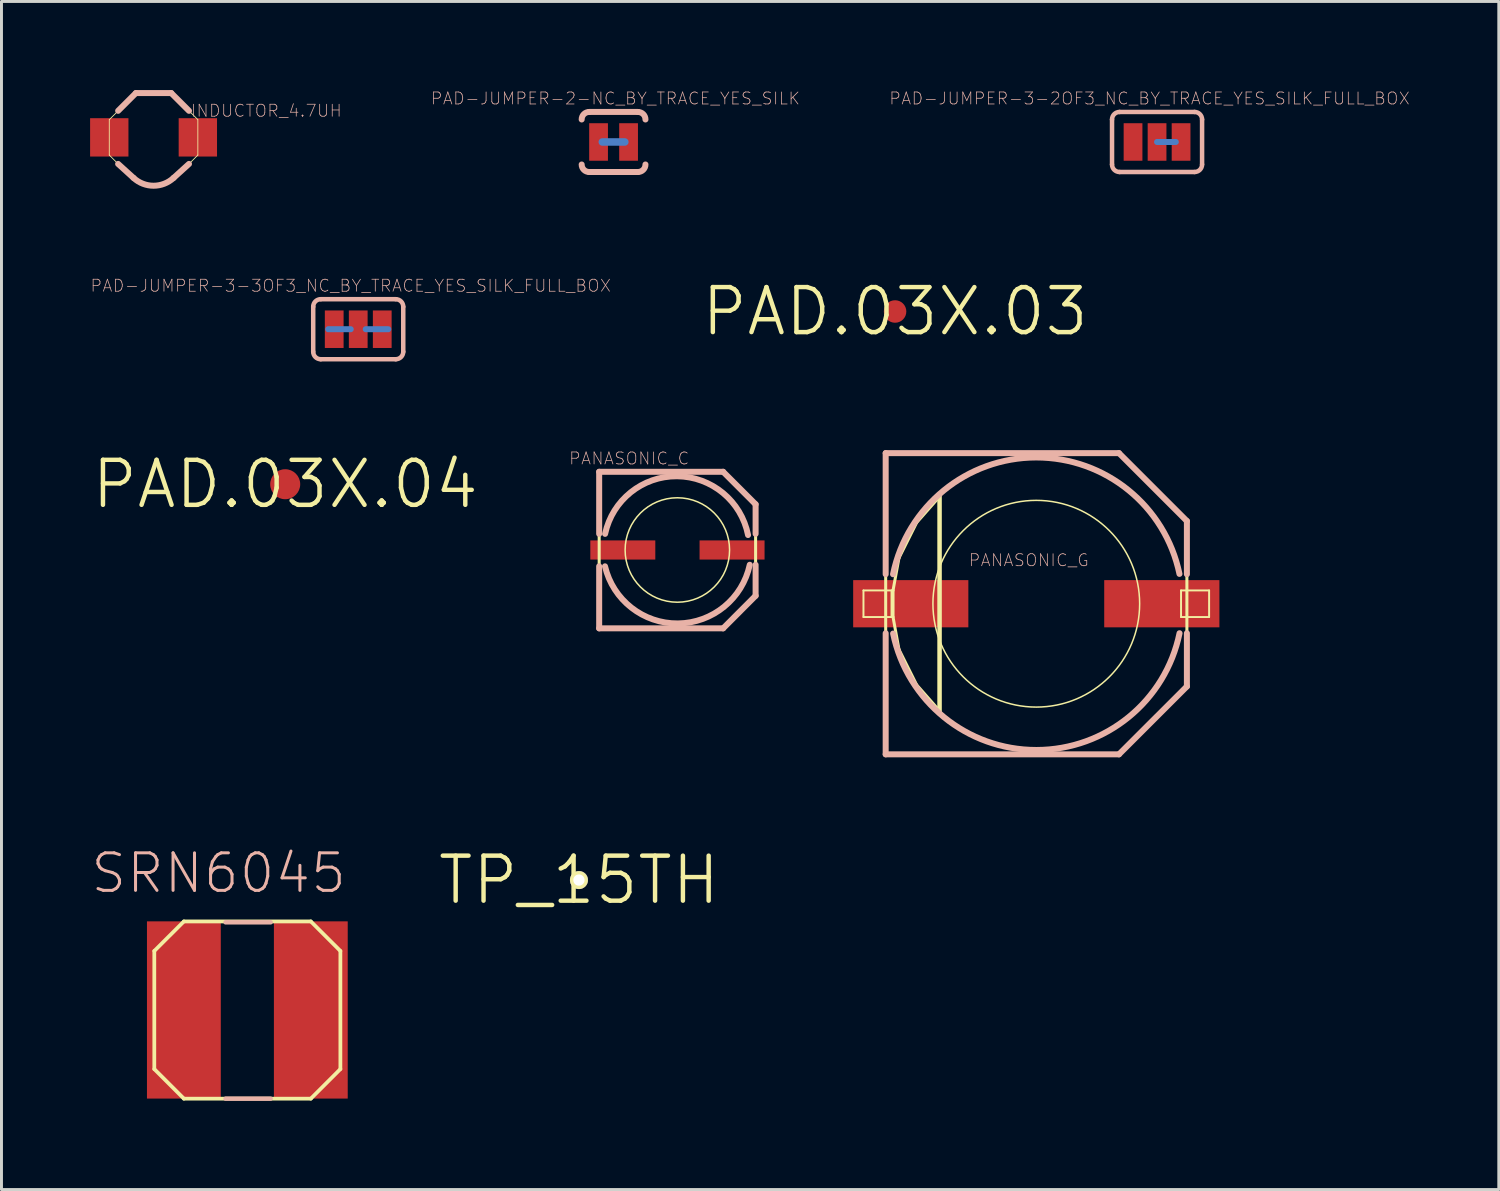
<source format=kicad_pcb>
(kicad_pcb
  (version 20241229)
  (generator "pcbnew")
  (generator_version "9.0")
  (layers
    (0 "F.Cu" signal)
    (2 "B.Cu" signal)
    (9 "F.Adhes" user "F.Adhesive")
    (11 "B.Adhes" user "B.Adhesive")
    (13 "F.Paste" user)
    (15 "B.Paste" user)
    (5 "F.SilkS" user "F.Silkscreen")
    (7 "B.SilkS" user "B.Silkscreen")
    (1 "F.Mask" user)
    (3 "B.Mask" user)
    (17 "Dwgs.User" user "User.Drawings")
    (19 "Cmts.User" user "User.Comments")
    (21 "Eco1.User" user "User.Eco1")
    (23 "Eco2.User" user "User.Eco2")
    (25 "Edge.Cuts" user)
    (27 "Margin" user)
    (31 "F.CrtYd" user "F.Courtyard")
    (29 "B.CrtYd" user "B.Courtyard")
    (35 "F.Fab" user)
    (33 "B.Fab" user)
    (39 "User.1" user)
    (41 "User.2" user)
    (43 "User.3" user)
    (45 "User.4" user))
  (footprint "TP_15TH"
    (layer "F.Cu")
    (at 16.547 26.74)
    (property "Reference" "TP_15TH" (at 0 0 0) (layer "F.SilkS") (effects (font (size 1.524 1.524) (thickness 0.15))))
    (attr exclude_from_pos_files exclude_from_bom)
    (fp_circle (center 0 0) (end -0.191 0.191) (stroke (width 0) (type solid)) (fill yes) (layer "F.SilkS"))
    (pad "P$1" thru_hole circle (at 0 0) (size 0.61 0.61) (drill 0.381) (layers "*.Cu" "F.Mask" "F.SilkS" "F.Paste")))
  (footprint "INDUCTOR_4.7UH"
    (layer "F.Cu")
    (at 2.148 1.6)
    (property "Reference" "INDUCTOR_4.7UH" (at 3.815 -0.902 0) (layer "B.SilkS") (effects (font (size 0.406 0.406) (thickness 0.025))))
    (attr smd)
    (fp_line (start -1.499 -0.599) (end -1.499 0.599) (stroke (width 0.028) (type solid)) (layer "F.SilkS"))
    (fp_line (start -1.499 0.599) (end -0.706 1.392) (stroke (width 0.028) (type solid)) (layer "F.SilkS"))
    (fp_line (start -0.599 -1.499) (end -1.499 -0.599) (stroke (width 0.028) (type solid)) (layer "F.SilkS"))
    (fp_line (start 0.599 -1.499) (end -0.599 -1.499) (stroke (width 0.028) (type solid)) (layer "F.SilkS"))
    (fp_line (start 0.706 1.392) (end 1.499 0.599) (stroke (width 0.028) (type solid)) (layer "F.SilkS"))
    (fp_line (start 1.499 -0.599) (end 0.599 -1.499) (stroke (width 0.028) (type solid)) (layer "F.SilkS"))
    (fp_line (start 1.499 0.599) (end 1.499 -0.599) (stroke (width 0.028) (type solid)) (layer "F.SilkS"))
    (fp_arc (start 0.70612 1.39192) (mid 0 1.684404) (end -0.70612 1.39192) (stroke (width 0.02794) (type solid)) (layer "F.SilkS"))
    (fp_line (start -1.199 -0.899) (end -0.599 -1.499) (stroke (width 0.203) (type solid)) (layer "B.SilkS"))
    (fp_line (start -1.199 0.899) (end -0.678 1.372) (stroke (width 0.203) (type solid)) (layer "B.SilkS"))
    (fp_line (start -0.599 -1.499) (end 0.599 -1.499) (stroke (width 0.203) (type solid)) (layer "B.SilkS"))
    (fp_line (start 0.599 -1.499) (end 1.199 -0.899) (stroke (width 0.203) (type solid)) (layer "B.SilkS"))
    (fp_line (start 0.678 1.372) (end 1.199 0.899) (stroke (width 0.203) (type solid)) (layer "B.SilkS"))
    (fp_arc (start 0.67818 1.3716) (mid 0.000594 1.636926) (end -0.677306 1.372406) (stroke (width 0.2032) (type solid)) (layer "B.SilkS"))
    (pad "P$1" smd rect (at -1.499 0 90) (size 1.298 1.298) (layers "F.Cu" "F.Mask" "F.Paste"))
    (pad "P$2" smd rect (at 1.499 0 90) (size 1.298 1.298) (layers "F.Cu" "F.Mask" "F.Paste")))
  (footprint "SRN6045"
    (layer "F.Cu")
    (at 5.348 30.964)
    (property "Reference" "SRN6045" (at -0.998 -4.458 0) (layer "B.SilkS") (effects (font (size 1.27 1.27) (thickness 0.102))))
    (attr smd)
    (fp_line (start -3.175 -1.824) (end -2.174 -2.824) (stroke (width 0.127) (type solid)) (layer "F.SilkS"))
    (fp_line (start -3.175 2.174) (end -3.175 -1.824) (stroke (width 0.127) (type solid)) (layer "F.SilkS"))
    (fp_line (start -2.174 -2.824) (end 2.123 -2.824) (stroke (width 0.127) (type solid)) (layer "F.SilkS"))
    (fp_line (start -2.174 3.175) (end -3.175 2.174) (stroke (width 0.127) (type solid)) (layer "F.SilkS"))
    (fp_line (start 2.123 -2.824) (end 3.124 -1.824) (stroke (width 0.127) (type solid)) (layer "F.SilkS"))
    (fp_line (start 2.123 3.175) (end -2.174 3.175) (stroke (width 0.127) (type solid)) (layer "F.SilkS"))
    (fp_line (start 3.124 -1.824) (end 3.124 2.174) (stroke (width 0.127) (type solid)) (layer "F.SilkS"))
    (fp_line (start 3.124 2.174) (end 2.123 3.175) (stroke (width 0.127) (type solid)) (layer "F.SilkS"))
    (fp_line (start -0.762 -2.794) (end 0.762 -2.794) (stroke (width 0.152) (type solid)) (layer "B.SilkS"))
    (fp_line (start -0.762 3.175) (end 0.762 3.175) (stroke (width 0.152) (type solid)) (layer "B.SilkS"))
    (pad "1" smd rect (at -2.174 0.173 90) (size 5.999 2.499) (layers "F.Cu" "F.Mask" "F.Paste"))
    (pad "2" smd rect (at 2.123 0.173 90) (size 5.999 2.499) (layers "F.Cu" "F.Mask" "F.Paste")))
  (footprint "PAD.03X.03"
    (layer "F.Cu")
    (at 27.248 7.494)
    (property "Reference" "PAD.03X.03" (at 0 0 0) (layer "F.SilkS") (effects (font (size 1.524 1.524) (thickness 0.15))))
    (attr smd)
    (pad "P$1" smd circle (at 0 0) (size 0.762 0.762) (layers "F.Cu" "F.Mask" "F.Paste")))
  (footprint "PANASONIC_G"
    (layer "F.Cu")
    (at 32.028 17.386)
    (property "Reference" "PANASONIC_G" (at -0.254 -1.473 0) (layer "B.SilkS") (effects (font (size 0.406 0.406) (thickness 0.025))))
    (attr smd)
    (fp_line (start -5.85 -0.45) (end -4.9 -0.45) (stroke (width 0.066) (type solid)) (layer "F.SilkS"))
    (fp_line (start -5.85 0.45) (end -5.85 -0.45) (stroke (width 0.066) (type solid)) (layer "F.SilkS"))
    (fp_line (start -5.85 0.45) (end -4.9 0.45) (stroke (width 0.066) (type solid)) (layer "F.SilkS"))
    (fp_line (start -5.098 -5.098) (end 2.799 -5.098) (stroke (width 0.102) (type solid)) (layer "F.SilkS"))
    (fp_line (start -5.098 5.098) (end -5.098 -5.098) (stroke (width 0.102) (type solid)) (layer "F.SilkS"))
    (fp_line (start -4.9 0.45) (end -4.9 -0.45) (stroke (width 0.066) (type solid)) (layer "F.SilkS"))
    (fp_line (start -4.849 -0.45) (end -4.849 0.45) (stroke (width 0.102) (type solid)) (layer "F.SilkS"))
    (fp_line (start -4.849 0.45) (end -4.648 1.549) (stroke (width 0.102) (type solid)) (layer "F.SilkS"))
    (fp_line (start -4.648 -1.549) (end -4.849 -0.45) (stroke (width 0.102) (type solid)) (layer "F.SilkS"))
    (fp_line (start -4.648 1.549) (end -4.049 2.748) (stroke (width 0.102) (type solid)) (layer "F.SilkS"))
    (fp_line (start -4.049 -2.748) (end -4.648 -1.549) (stroke (width 0.102) (type solid)) (layer "F.SilkS"))
    (fp_line (start -4.049 2.748) (end -3.299 3.599) (stroke (width 0.102) (type solid)) (layer "F.SilkS"))
    (fp_line (start -3.299 -3.599) (end -4.049 -2.748) (stroke (width 0.102) (type solid)) (layer "F.SilkS"))
    (fp_line (start -3.299 -3.548) (end -3.299 -3.599) (stroke (width 0.102) (type solid)) (layer "F.SilkS"))
    (fp_line (start -3.299 3.599) (end -3.299 -3.548) (stroke (width 0.102) (type solid)) (layer "F.SilkS"))
    (fp_line (start -3.249 -3.698) (end -3.249 3.65) (stroke (width 0.102) (type solid)) (layer "F.SilkS"))
    (fp_line (start 2.799 -5.098) (end 5.098 -2.799) (stroke (width 0.102) (type solid)) (layer "F.SilkS"))
    (fp_line (start 2.799 5.098) (end -5.098 5.098) (stroke (width 0.102) (type solid)) (layer "F.SilkS"))
    (fp_line (start 4.9 -0.45) (end 5.85 -0.45) (stroke (width 0.066) (type solid)) (layer "F.SilkS"))
    (fp_line (start 4.9 0.45) (end 4.9 -0.45) (stroke (width 0.066) (type solid)) (layer "F.SilkS"))
    (fp_line (start 4.9 0.45) (end 5.85 0.45) (stroke (width 0.066) (type solid)) (layer "F.SilkS"))
    (fp_line (start 5.098 -2.799) (end 5.098 2.799) (stroke (width 0.102) (type solid)) (layer "F.SilkS"))
    (fp_line (start 5.098 2.799) (end 2.799 5.098) (stroke (width 0.102) (type solid)) (layer "F.SilkS"))
    (fp_line (start 5.85 0.45) (end 5.85 -0.45) (stroke (width 0.066) (type solid)) (layer "F.SilkS"))
    (fp_circle (center 0 0) (end -2.474 2.474) (stroke (width 0.051) (type solid)) (fill no) (layer "F.SilkS"))
    (fp_line (start -5.098 -5.098) (end 2.799 -5.098) (stroke (width 0.203) (type solid)) (layer "B.SilkS"))
    (fp_line (start -5.098 -0.998) (end -5.098 -5.098) (stroke (width 0.203) (type solid)) (layer "B.SilkS"))
    (fp_line (start -5.098 5.098) (end -5.098 0.998) (stroke (width 0.203) (type solid)) (layer "B.SilkS"))
    (fp_line (start 2.799 -5.098) (end 5.098 -2.799) (stroke (width 0.203) (type solid)) (layer "B.SilkS"))
    (fp_line (start 2.799 5.098) (end -5.098 5.098) (stroke (width 0.203) (type solid)) (layer "B.SilkS"))
    (fp_line (start 5.098 -2.799) (end 5.098 -0.998) (stroke (width 0.203) (type solid)) (layer "B.SilkS"))
    (fp_line (start 5.098 0.998) (end 5.098 2.799) (stroke (width 0.203) (type solid)) (layer "B.SilkS"))
    (fp_line (start 5.098 2.799) (end 2.799 5.098) (stroke (width 0.203) (type solid)) (layer "B.SilkS"))
    (fp_arc (start -4.84886 -0.99822) (mid -0.005807 -4.950541) (end 4.846505 -1.009593) (stroke (width 0.2032) (type solid)) (layer "B.SilkS"))
    (fp_arc (start 4.84886 0.99822) (mid 0.005807 4.950541) (end -4.846505 1.009593) (stroke (width 0.2032) (type solid)) (layer "B.SilkS"))
    (pad "+" smd rect (at 4.249 0) (size 3.899 1.598) (layers "F.Cu" "F.Mask" "F.Paste"))
    (pad "-" smd rect (at -4.249 0) (size 3.899 1.598) (layers "F.Cu" "F.Mask" "F.Paste")))
  (footprint "PAD.03X.04"
    (layer "F.Cu")
    (at 6.604 13.341)
    (property "Reference" "PAD.03X.04" (at 0 0 0) (layer "F.SilkS") (effects (font (size 1.524 1.524) (thickness 0.15))))
    (attr smd)
    (pad "P$1" smd circle (at 0 0) (size 1.016 1.016) (layers "F.Cu" "F.Mask" "F.Paste")))
  (footprint "PAD-JUMPER-3-2OF3_NC_BY_TRACE_YES_SILK_FULL_BOX"
    (layer "F.Cu")
    (at 36.116 1.756)
    (property "Reference" "PAD-JUMPER-3-2OF3_NC_BY_TRACE_YES_SILK_FULL_BOX" (at -0.254 -1.473 0) (layer "B.SilkS") (effects (font (size 0.406 0.406) (thickness 0.025))))
    (attr smd)
    (fp_line (start 0 0) (end 0.635 0) (stroke (width 0.203) (type solid)) (layer "B.Cu"))
    (fp_line (start -1.524 0.762) (end -1.524 -0.762) (stroke (width 0.152) (type solid)) (layer "B.SilkS"))
    (fp_line (start -1.27 -1.016) (end 1.27 -1.016) (stroke (width 0.152) (type solid)) (layer "B.SilkS"))
    (fp_line (start 1.27 1.016) (end -1.27 1.016) (stroke (width 0.152) (type solid)) (layer "B.SilkS"))
    (fp_line (start 1.524 0.762) (end 1.524 -0.762) (stroke (width 0.152) (type solid)) (layer "B.SilkS"))
    (fp_arc (start -1.524 -0.762) (mid -1.449605 -0.941605) (end -1.27 -1.016) (stroke (width 0.1524) (type solid)) (layer "B.SilkS"))
    (fp_arc (start -1.27 1.016) (mid -1.449605 0.941605) (end -1.524 0.762) (stroke (width 0.1524) (type solid)) (layer "B.SilkS"))
    (fp_arc (start 1.27 -1.016) (mid 1.449605 -0.941605) (end 1.524 -0.762) (stroke (width 0.1524) (type solid)) (layer "B.SilkS"))
    (fp_arc (start 1.524 0.762) (mid 1.449605 0.941605) (end 1.27 1.016) (stroke (width 0.1524) (type solid)) (layer "B.SilkS"))
    (pad "1" smd rect (at -0.813 0) (size 0.635 1.27) (layers "F.Cu" "F.Mask" "F.Paste"))
    (pad "2" smd rect (at 0 0) (size 0.635 1.27) (layers "F.Cu" "F.Mask" "F.Paste"))
    (pad "3" smd rect (at 0.813 0) (size 0.635 1.27) (layers "F.Cu" "F.Mask" "F.Paste")))
  (footprint "PAD-JUMPER-3-3OF3_NC_BY_TRACE_YES_SILK_FULL_BOX"
    (layer "F.Cu")
    (at 9.076 8.094)
    (property "Reference" "PAD-JUMPER-3-3OF3_NC_BY_TRACE_YES_SILK_FULL_BOX" (at -0.254 -1.473 0) (layer "B.SilkS") (effects (font (size 0.406 0.406) (thickness 0.025))))
    (attr smd)
    (fp_line (start -1.016 0) (end -0.254 0) (stroke (width 0.203) (type solid)) (layer "B.Cu"))
    (fp_line (start 0.254 0) (end 1.016 0) (stroke (width 0.203) (type solid)) (layer "B.Cu"))
    (fp_line (start -1.524 0.762) (end -1.524 -0.762) (stroke (width 0.152) (type solid)) (layer "B.SilkS"))
    (fp_line (start -1.27 -1.016) (end 1.27 -1.016) (stroke (width 0.152) (type solid)) (layer "B.SilkS"))
    (fp_line (start 1.27 1.016) (end -1.27 1.016) (stroke (width 0.152) (type solid)) (layer "B.SilkS"))
    (fp_line (start 1.524 0.762) (end 1.524 -0.762) (stroke (width 0.152) (type solid)) (layer "B.SilkS"))
    (fp_arc (start -1.524 -0.762) (mid -1.449605 -0.941605) (end -1.27 -1.016) (stroke (width 0.1524) (type solid)) (layer "B.SilkS"))
    (fp_arc (start -1.27 1.016) (mid -1.449605 0.941605) (end -1.524 0.762) (stroke (width 0.1524) (type solid)) (layer "B.SilkS"))
    (fp_arc (start 1.27 -1.016) (mid 1.449605 -0.941605) (end 1.524 -0.762) (stroke (width 0.1524) (type solid)) (layer "B.SilkS"))
    (fp_arc (start 1.524 0.762) (mid 1.449605 0.941605) (end 1.27 1.016) (stroke (width 0.1524) (type solid)) (layer "B.SilkS"))
    (pad "1" smd rect (at -0.813 0) (size 0.635 1.27) (layers "F.Cu" "F.Mask" "F.Paste"))
    (pad "2" smd rect (at 0 0) (size 0.635 1.27) (layers "F.Cu" "F.Mask" "F.Paste"))
    (pad "3" smd rect (at 0.813 0) (size 0.635 1.27) (layers "F.Cu" "F.Mask" "F.Paste")))
  (footprint "PAD-JUMPER-2-NC_BY_TRACE_YES_SILK"
    (layer "F.Cu")
    (at 17.719 1.756)
    (property "Reference" "PAD-JUMPER-2-NC_BY_TRACE_YES_SILK" (at 0.064 -1.473 0) (layer "B.SilkS") (effects (font (size 0.406 0.406) (thickness 0.025))))
    (attr smd)
    (fp_line (start -0.381 0) (end 0.381 0) (stroke (width 0.254) (type solid)) (layer "B.Cu"))
    (fp_line (start -0.826 -1.016) (end 0.826 -1.016) (stroke (width 0.203) (type solid)) (layer "B.SilkS"))
    (fp_line (start 0.826 1.016) (end -0.826 1.016) (stroke (width 0.203) (type solid)) (layer "B.SilkS"))
    (fp_arc (start -1.0795 -0.762) (mid -1.005105 -0.941605) (end -0.8255 -1.016) (stroke (width 0.2032) (type solid)) (layer "B.SilkS"))
    (fp_arc (start -0.8255 1.016) (mid -1.005105 0.941605) (end -1.0795 0.762) (stroke (width 0.2032) (type solid)) (layer "B.SilkS"))
    (fp_arc (start 0.8255 -1.016) (mid 1.005105 -0.941605) (end 1.0795 -0.762) (stroke (width 0.2032) (type solid)) (layer "B.SilkS"))
    (fp_arc (start 1.0795 0.762) (mid 1.005105 0.941605) (end 0.8255 1.016) (stroke (width 0.2032) (type solid)) (layer "B.SilkS"))
    (pad "1" smd rect (at -0.508 0) (size 0.635 1.27) (layers "F.Cu" "F.Mask" "F.Paste"))
    (pad "2" smd rect (at 0.508 0) (size 0.635 1.27) (layers "F.Cu" "F.Mask" "F.Paste")))
  (footprint "PANASONIC_C"
    (layer "F.Cu")
    (at 19.83 15.369)
    (property "Reference" "PANASONIC_C" (at -1.582 -2.901 0) (layer "B.SilkS") (effects (font (size 0.406 0.406) (thickness 0.025))))
    (attr smd)
    (fp_line (start -2.598 -2.449) (end -2.598 2.85) (stroke (width 0.102) (type solid)) (layer "F.SilkS"))
    (fp_line (start -2.598 -2.449) (end 1.598 -2.449) (stroke (width 0.102) (type solid)) (layer "F.SilkS"))
    (fp_line (start 1.598 -2.449) (end 2.697 -1.349) (stroke (width 0.102) (type solid)) (layer "F.SilkS"))
    (fp_line (start 1.598 2.85) (end -2.598 2.85) (stroke (width 0.102) (type solid)) (layer "F.SilkS"))
    (fp_line (start 2.697 -1.349) (end 2.697 1.748) (stroke (width 0.102) (type solid)) (layer "F.SilkS"))
    (fp_line (start 2.697 1.748) (end 1.598 2.85) (stroke (width 0.102) (type solid)) (layer "F.SilkS"))
    (fp_circle (center 0.048 0.198) (end 1.298 1.448) (stroke (width 0.051) (type solid)) (fill no) (layer "F.SilkS"))
    (fp_line (start -2.598 -2.449) (end -2.598 -0.348) (stroke (width 0.203) (type solid)) (layer "B.SilkS"))
    (fp_line (start -2.598 -2.449) (end 1.598 -2.449) (stroke (width 0.203) (type solid)) (layer "B.SilkS"))
    (fp_line (start -2.598 2.85) (end -2.598 0.749) (stroke (width 0.203) (type solid)) (layer "B.SilkS"))
    (fp_line (start 1.598 -2.449) (end 2.697 -1.349) (stroke (width 0.203) (type solid)) (layer "B.SilkS"))
    (fp_line (start 1.598 2.85) (end -2.598 2.85) (stroke (width 0.203) (type solid)) (layer "B.SilkS"))
    (fp_line (start 2.697 -1.349) (end 2.697 -0.348) (stroke (width 0.203) (type solid)) (layer "B.SilkS"))
    (fp_line (start 2.697 1.748) (end 1.598 2.85) (stroke (width 0.203) (type solid)) (layer "B.SilkS"))
    (fp_line (start 2.697 1.748) (end 2.697 0.699) (stroke (width 0.203) (type solid)) (layer "B.SilkS"))
    (fp_arc (start -2.39776 -0.34798) (mid 0.03782 -2.298223) (end 2.441448 -0.308732) (stroke (width 0.2032) (type solid)) (layer "B.SilkS"))
    (fp_arc (start 2.49936 0.6985) (mid 0.070245 2.684399) (end -2.4011 0.751306) (stroke (width 0.2032) (type solid)) (layer "B.SilkS"))
    (pad "+" smd rect (at 1.9 0.198) (size 2.2 0.648) (layers "F.Cu" "F.Mask" "F.Paste"))
    (pad "-" smd rect (at -1.798 0.198) (size 2.2 0.648) (layers "F.Cu" "F.Mask" "F.Paste")))
  (gr_rect
    (start -3 -3)
    (end 47.684 37.215)
    (stroke (width 0.1) (type default))
    (fill no)
    (layer "Edge.Cuts")))
</source>
